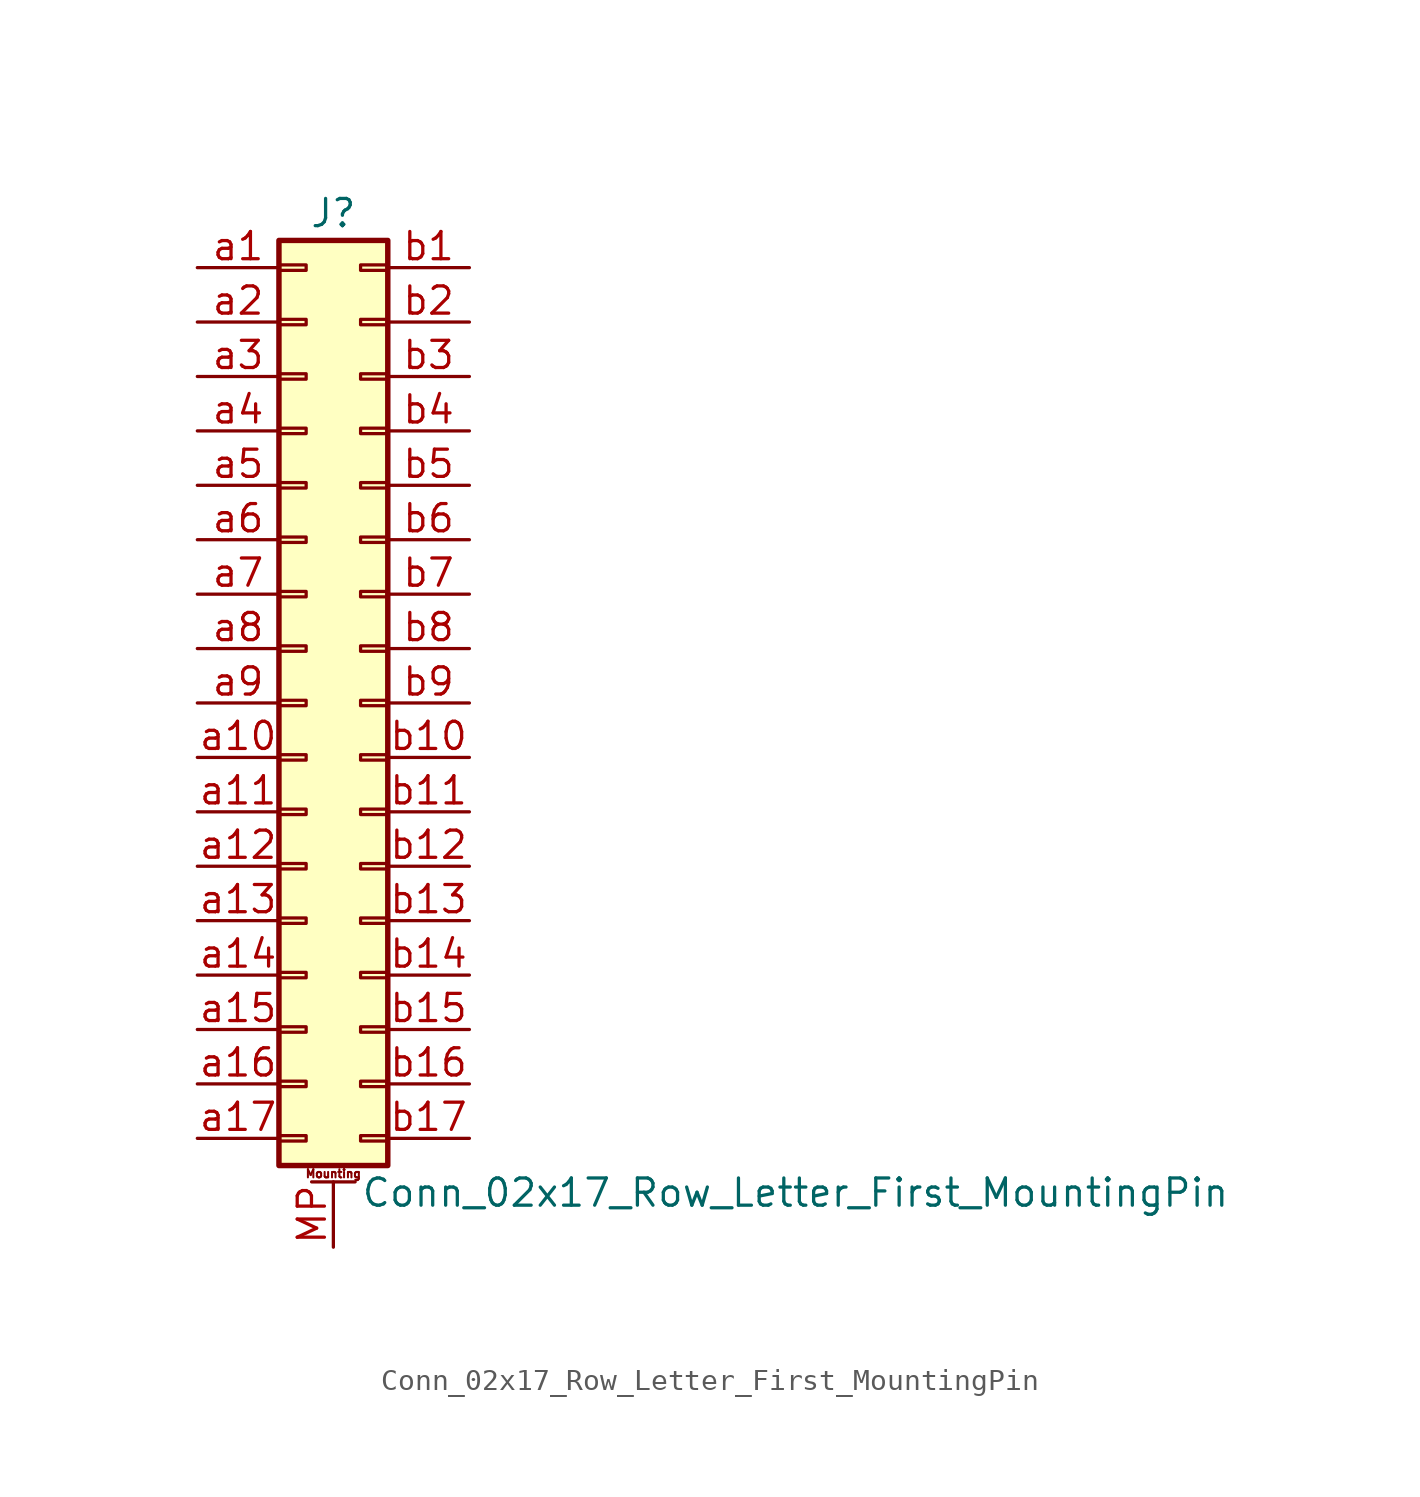
<source format=kicad_sym>
(kicad_symbol_lib
  (version 20220914)
  (generator kicad_symbol_editor)
  (symbol "Conn_02x17_Row_Letter_First_MountingPin"
    (pin_names
      (offset 1.016) hide)
    (property "Reference" "J"
      (at 1.27 22.86 0)
      (effects (font (size 1.27 1.27))))
    (property "Value" "Conn_02x17_Row_Letter_First_MountingPin"
      (at 2.54 -22.86 0)
      (effects (font (size 1.27 1.27)) (justify left)))
    (symbol "Conn_02x17_Row_Letter_First_MountingPin_1_1"
      (rectangle (start -1.27 -20.193) (end 0 -20.447) (stroke (width 0.152) (type default)) (fill (type none)))
      (rectangle (start -1.27 -17.653) (end 0 -17.907) (stroke (width 0.152) (type default)) (fill (type none)))
      (rectangle (start -1.27 -15.113) (end 0 -15.367) (stroke (width 0.152) (type default)) (fill (type none)))
      (rectangle (start -1.27 -12.573) (end 0 -12.827) (stroke (width 0.152) (type default)) (fill (type none)))
      (rectangle (start -1.27 -10.033) (end 0 -10.287) (stroke (width 0.152) (type default)) (fill (type none)))
      (rectangle (start -1.27 -7.493) (end 0 -7.747) (stroke (width 0.152) (type default)) (fill (type none)))
      (rectangle (start -1.27 -4.953) (end 0 -5.207) (stroke (width 0.152) (type default)) (fill (type none)))
      (rectangle (start -1.27 -2.413) (end 0 -2.667) (stroke (width 0.152) (type default)) (fill (type none)))
      (rectangle (start -1.27 0.127) (end 0 -0.127) (stroke (width 0.152) (type default)) (fill (type none)))
      (rectangle (start -1.27 2.667) (end 0 2.413) (stroke (width 0.152) (type default)) (fill (type none)))
      (rectangle (start -1.27 5.207) (end 0 4.953) (stroke (width 0.152) (type default)) (fill (type none)))
      (rectangle (start -1.27 7.747) (end 0 7.493) (stroke (width 0.152) (type default)) (fill (type none)))
      (rectangle (start -1.27 10.287) (end 0 10.033) (stroke (width 0.152) (type default)) (fill (type none)))
      (rectangle (start -1.27 12.827) (end 0 12.573) (stroke (width 0.152) (type default)) (fill (type none)))
      (rectangle (start -1.27 15.367) (end 0 15.113) (stroke (width 0.152) (type default)) (fill (type none)))
      (rectangle (start -1.27 17.907) (end 0 17.653) (stroke (width 0.152) (type default)) (fill (type none)))
      (rectangle (start -1.27 20.447) (end 0 20.193) (stroke (width 0.152) (type default)) (fill (type none)))
      (rectangle (start -1.27 21.59) (end 3.81 -21.59) (stroke (width 0.254) (type default)) (fill (type background)))
      (polyline (pts (xy 0.254 -22.352) (xy 2.286 -22.352)) (stroke (width 0.152) (type default)) (fill (type none)))
      (rectangle (start 3.81 -20.193) (end 2.54 -20.447) (stroke (width 0.152) (type default)) (fill (type none)))
      (rectangle (start 3.81 -17.653) (end 2.54 -17.907) (stroke (width 0.152) (type default)) (fill (type none)))
      (rectangle (start 3.81 -15.113) (end 2.54 -15.367) (stroke (width 0.152) (type default)) (fill (type none)))
      (rectangle (start 3.81 -12.573) (end 2.54 -12.827) (stroke (width 0.152) (type default)) (fill (type none)))
      (rectangle (start 3.81 -10.033) (end 2.54 -10.287) (stroke (width 0.152) (type default)) (fill (type none)))
      (rectangle (start 3.81 -7.493) (end 2.54 -7.747) (stroke (width 0.152) (type default)) (fill (type none)))
      (rectangle (start 3.81 -4.953) (end 2.54 -5.207) (stroke (width 0.152) (type default)) (fill (type none)))
      (rectangle (start 3.81 -2.413) (end 2.54 -2.667) (stroke (width 0.152) (type default)) (fill (type none)))
      (rectangle (start 3.81 0.127) (end 2.54 -0.127) (stroke (width 0.152) (type default)) (fill (type none)))
      (rectangle (start 3.81 2.667) (end 2.54 2.413) (stroke (width 0.152) (type default)) (fill (type none)))
      (rectangle (start 3.81 5.207) (end 2.54 4.953) (stroke (width 0.152) (type default)) (fill (type none)))
      (rectangle (start 3.81 7.747) (end 2.54 7.493) (stroke (width 0.152) (type default)) (fill (type none)))
      (rectangle (start 3.81 10.287) (end 2.54 10.033) (stroke (width 0.152) (type default)) (fill (type none)))
      (rectangle (start 3.81 12.827) (end 2.54 12.573) (stroke (width 0.152) (type default)) (fill (type none)))
      (rectangle (start 3.81 15.367) (end 2.54 15.113) (stroke (width 0.152) (type default)) (fill (type none)))
      (rectangle (start 3.81 17.907) (end 2.54 17.653) (stroke (width 0.152) (type default)) (fill (type none)))
      (rectangle (start 3.81 20.447) (end 2.54 20.193) (stroke (width 0.152) (type default)) (fill (type none)))
      (text "Mounting" (at 1.27 -21.971 0) (effects (font (size 0.381 0.381))))
      (pin passive line (at 1.27 -25.4 90) (length 3.048) (name "MountPin" (effects (font (size 1.27 1.27)))) (number "MP" (effects (font (size 1.27 1.27)))))
      (pin passive line (at -5.08 20.32 0) (length 3.81) (name "Pin_a1" (effects (font (size 1.27 1.27)))) (number "a1" (effects (font (size 1.27 1.27)))))
      (pin passive line (at -5.08 -2.54 0) (length 3.81) (name "Pin_a10" (effects (font (size 1.27 1.27)))) (number "a10" (effects (font (size 1.27 1.27)))))
      (pin passive line (at -5.08 -5.08 0) (length 3.81) (name "Pin_a11" (effects (font (size 1.27 1.27)))) (number "a11" (effects (font (size 1.27 1.27)))))
      (pin passive line (at -5.08 -7.62 0) (length 3.81) (name "Pin_a12" (effects (font (size 1.27 1.27)))) (number "a12" (effects (font (size 1.27 1.27)))))
      (pin passive line (at -5.08 -10.16 0) (length 3.81) (name "Pin_a13" (effects (font (size 1.27 1.27)))) (number "a13" (effects (font (size 1.27 1.27)))))
      (pin passive line (at -5.08 -12.7 0) (length 3.81) (name "Pin_a14" (effects (font (size 1.27 1.27)))) (number "a14" (effects (font (size 1.27 1.27)))))
      (pin passive line (at -5.08 -15.24 0) (length 3.81) (name "Pin_a15" (effects (font (size 1.27 1.27)))) (number "a15" (effects (font (size 1.27 1.27)))))
      (pin passive line (at -5.08 -17.78 0) (length 3.81) (name "Pin_a16" (effects (font (size 1.27 1.27)))) (number "a16" (effects (font (size 1.27 1.27)))))
      (pin passive line (at -5.08 -20.32 0) (length 3.81) (name "Pin_a17" (effects (font (size 1.27 1.27)))) (number "a17" (effects (font (size 1.27 1.27)))))
      (pin passive line (at -5.08 17.78 0) (length 3.81) (name "Pin_a2" (effects (font (size 1.27 1.27)))) (number "a2" (effects (font (size 1.27 1.27)))))
      (pin passive line (at -5.08 15.24 0) (length 3.81) (name "Pin_a3" (effects (font (size 1.27 1.27)))) (number "a3" (effects (font (size 1.27 1.27)))))
      (pin passive line (at -5.08 12.7 0) (length 3.81) (name "Pin_a4" (effects (font (size 1.27 1.27)))) (number "a4" (effects (font (size 1.27 1.27)))))
      (pin passive line (at -5.08 10.16 0) (length 3.81) (name "Pin_a5" (effects (font (size 1.27 1.27)))) (number "a5" (effects (font (size 1.27 1.27)))))
      (pin passive line (at -5.08 7.62 0) (length 3.81) (name "Pin_a6" (effects (font (size 1.27 1.27)))) (number "a6" (effects (font (size 1.27 1.27)))))
      (pin passive line (at -5.08 5.08 0) (length 3.81) (name "Pin_a7" (effects (font (size 1.27 1.27)))) (number "a7" (effects (font (size 1.27 1.27)))))
      (pin passive line (at -5.08 2.54 0) (length 3.81) (name "Pin_a8" (effects (font (size 1.27 1.27)))) (number "a8" (effects (font (size 1.27 1.27)))))
      (pin passive line (at -5.08 0 0) (length 3.81) (name "Pin_a9" (effects (font (size 1.27 1.27)))) (number "a9" (effects (font (size 1.27 1.27)))))
      (pin passive line (at 7.62 20.32 180) (length 3.81) (name "Pin_b1" (effects (font (size 1.27 1.27)))) (number "b1" (effects (font (size 1.27 1.27)))))
      (pin passive line (at 7.62 -2.54 180) (length 3.81) (name "Pin_b10" (effects (font (size 1.27 1.27)))) (number "b10" (effects (font (size 1.27 1.27)))))
      (pin passive line (at 7.62 -5.08 180) (length 3.81) (name "Pin_b11" (effects (font (size 1.27 1.27)))) (number "b11" (effects (font (size 1.27 1.27)))))
      (pin passive line (at 7.62 -7.62 180) (length 3.81) (name "Pin_b12" (effects (font (size 1.27 1.27)))) (number "b12" (effects (font (size 1.27 1.27)))))
      (pin passive line (at 7.62 -10.16 180) (length 3.81) (name "Pin_b13" (effects (font (size 1.27 1.27)))) (number "b13" (effects (font (size 1.27 1.27)))))
      (pin passive line (at 7.62 -12.7 180) (length 3.81) (name "Pin_b14" (effects (font (size 1.27 1.27)))) (number "b14" (effects (font (size 1.27 1.27)))))
      (pin passive line (at 7.62 -15.24 180) (length 3.81) (name "Pin_b15" (effects (font (size 1.27 1.27)))) (number "b15" (effects (font (size 1.27 1.27)))))
      (pin passive line (at 7.62 -17.78 180) (length 3.81) (name "Pin_b16" (effects (font (size 1.27 1.27)))) (number "b16" (effects (font (size 1.27 1.27)))))
      (pin passive line (at 7.62 -20.32 180) (length 3.81) (name "Pin_b17" (effects (font (size 1.27 1.27)))) (number "b17" (effects (font (size 1.27 1.27)))))
      (pin passive line (at 7.62 17.78 180) (length 3.81) (name "Pin_b2" (effects (font (size 1.27 1.27)))) (number "b2" (effects (font (size 1.27 1.27)))))
      (pin passive line (at 7.62 15.24 180) (length 3.81) (name "Pin_b3" (effects (font (size 1.27 1.27)))) (number "b3" (effects (font (size 1.27 1.27)))))
      (pin passive line (at 7.62 12.7 180) (length 3.81) (name "Pin_b4" (effects (font (size 1.27 1.27)))) (number "b4" (effects (font (size 1.27 1.27)))))
      (pin passive line (at 7.62 10.16 180) (length 3.81) (name "Pin_b5" (effects (font (size 1.27 1.27)))) (number "b5" (effects (font (size 1.27 1.27)))))
      (pin passive line (at 7.62 7.62 180) (length 3.81) (name "Pin_b6" (effects (font (size 1.27 1.27)))) (number "b6" (effects (font (size 1.27 1.27)))))
      (pin passive line (at 7.62 5.08 180) (length 3.81) (name "Pin_b7" (effects (font (size 1.27 1.27)))) (number "b7" (effects (font (size 1.27 1.27)))))
      (pin passive line (at 7.62 2.54 180) (length 3.81) (name "Pin_b8" (effects (font (size 1.27 1.27)))) (number "b8" (effects (font (size 1.27 1.27)))))
      (pin passive line (at 7.62 0 180) (length 3.81) (name "Pin_b9" (effects (font (size 1.27 1.27)))) (number "b9" (effects (font (size 1.27 1.27))))))))
</source>
